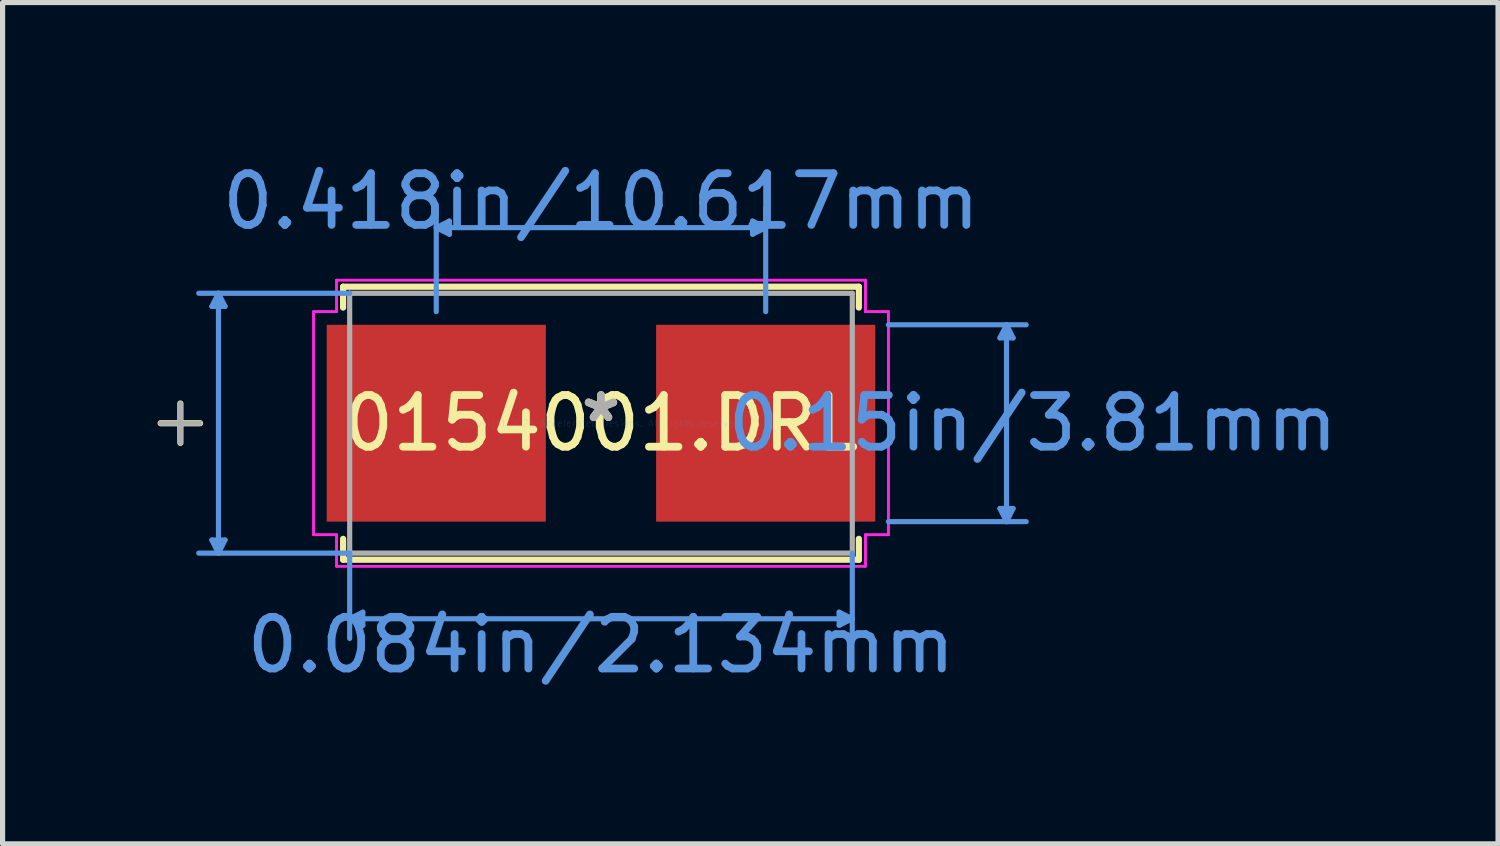
<source format=kicad_pcb>
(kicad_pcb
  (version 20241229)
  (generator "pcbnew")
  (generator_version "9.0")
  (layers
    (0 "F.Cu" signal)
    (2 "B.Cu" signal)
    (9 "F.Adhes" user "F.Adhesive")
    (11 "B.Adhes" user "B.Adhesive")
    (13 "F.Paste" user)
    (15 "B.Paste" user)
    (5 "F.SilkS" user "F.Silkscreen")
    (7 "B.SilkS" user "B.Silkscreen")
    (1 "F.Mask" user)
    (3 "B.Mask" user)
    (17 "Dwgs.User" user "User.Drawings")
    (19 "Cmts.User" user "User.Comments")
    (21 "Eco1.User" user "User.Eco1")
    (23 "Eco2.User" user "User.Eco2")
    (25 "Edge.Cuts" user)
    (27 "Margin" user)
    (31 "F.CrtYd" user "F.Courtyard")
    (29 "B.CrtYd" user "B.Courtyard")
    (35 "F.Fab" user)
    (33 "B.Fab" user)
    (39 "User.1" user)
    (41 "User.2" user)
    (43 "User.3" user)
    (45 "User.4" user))
  (footprint "0154001.DRL"
    (layer "F.Cu")
    (at 8.582 5.141)
    (property "Reference" "0154001.DRL" (at 0 0 0) (layer "F.SilkS") (effects (font (size 1 1) (thickness 0.15))))
    (attr through_hole)
    (fp_line (start -8.141 -0.381) (end -8.141 0.381) (stroke (width 0.12) (type solid)) (layer "F.SilkS"))
    (fp_line (start -7.76 0) (end -8.522 0) (stroke (width 0.12) (type solid)) (layer "F.SilkS"))
    (fp_line (start -4.991 -2.642) (end -4.991 -2.238) (stroke (width 0.12) (type solid)) (layer "F.SilkS"))
    (fp_line (start -4.991 2.238) (end -4.991 2.642) (stroke (width 0.12) (type solid)) (layer "F.SilkS"))
    (fp_line (start -4.991 2.642) (end 4.991 2.642) (stroke (width 0.12) (type solid)) (layer "F.SilkS"))
    (fp_line (start 4.991 -2.642) (end -4.991 -2.642) (stroke (width 0.12) (type solid)) (layer "F.SilkS"))
    (fp_line (start 4.991 -2.238) (end 4.991 -2.642) (stroke (width 0.12) (type solid)) (layer "F.SilkS"))
    (fp_line (start 4.991 2.642) (end 4.991 2.238) (stroke (width 0.12) (type solid)) (layer "F.SilkS"))
    (fp_line (start -7.531 -2.261) (end -7.277 -2.261) (stroke (width 0.1) (type solid)) (layer "Cmts.User"))
    (fp_line (start -7.531 2.261) (end -7.277 2.261) (stroke (width 0.1) (type solid)) (layer "Cmts.User"))
    (fp_line (start -7.404 -2.515) (end -7.531 -2.261) (stroke (width 0.1) (type solid)) (layer "Cmts.User"))
    (fp_line (start -7.404 -2.515) (end -7.404 2.515) (stroke (width 0.1) (type solid)) (layer "Cmts.User"))
    (fp_line (start -7.404 -2.515) (end -7.277 -2.261) (stroke (width 0.1) (type solid)) (layer "Cmts.User"))
    (fp_line (start -7.404 2.515) (end -7.531 2.261) (stroke (width 0.1) (type solid)) (layer "Cmts.User"))
    (fp_line (start -7.404 2.515) (end -7.277 2.261) (stroke (width 0.1) (type solid)) (layer "Cmts.User"))
    (fp_line (start -4.864 -2.515) (end -7.785 -2.515) (stroke (width 0.1) (type solid)) (layer "Cmts.User"))
    (fp_line (start -4.864 2.515) (end -7.785 2.515) (stroke (width 0.1) (type solid)) (layer "Cmts.User"))
    (fp_line (start -4.864 2.515) (end -4.864 4.166) (stroke (width 0.1) (type solid)) (layer "Cmts.User"))
    (fp_line (start -4.864 3.785) (end -4.61 3.658) (stroke (width 0.1) (type solid)) (layer "Cmts.User"))
    (fp_line (start -4.864 3.785) (end -4.61 3.912) (stroke (width 0.1) (type solid)) (layer "Cmts.User"))
    (fp_line (start -4.864 3.785) (end 4.864 3.785) (stroke (width 0.1) (type solid)) (layer "Cmts.User"))
    (fp_line (start -4.61 3.658) (end -4.61 3.912) (stroke (width 0.1) (type solid)) (layer "Cmts.User"))
    (fp_line (start -3.188 -3.785) (end -2.934 -3.912) (stroke (width 0.1) (type solid)) (layer "Cmts.User"))
    (fp_line (start -3.188 -3.785) (end -2.934 -3.658) (stroke (width 0.1) (type solid)) (layer "Cmts.User"))
    (fp_line (start -3.188 -3.785) (end 3.188 -3.785) (stroke (width 0.1) (type solid)) (layer "Cmts.User"))
    (fp_line (start -3.188 -2.159) (end -3.188 -4.166) (stroke (width 0.1) (type solid)) (layer "Cmts.User"))
    (fp_line (start -2.934 -3.912) (end -2.934 -3.658) (stroke (width 0.1) (type solid)) (layer "Cmts.User"))
    (fp_line (start 2.934 -3.912) (end 2.934 -3.658) (stroke (width 0.1) (type solid)) (layer "Cmts.User"))
    (fp_line (start 3.188 -3.785) (end 2.934 -3.912) (stroke (width 0.1) (type solid)) (layer "Cmts.User"))
    (fp_line (start 3.188 -3.785) (end 2.934 -3.658) (stroke (width 0.1) (type solid)) (layer "Cmts.User"))
    (fp_line (start 3.188 -2.159) (end 3.188 -4.166) (stroke (width 0.1) (type solid)) (layer "Cmts.User"))
    (fp_line (start 4.61 3.658) (end 4.61 3.912) (stroke (width 0.1) (type solid)) (layer "Cmts.User"))
    (fp_line (start 4.864 2.515) (end 4.864 4.166) (stroke (width 0.1) (type solid)) (layer "Cmts.User"))
    (fp_line (start 4.864 3.785) (end 4.61 3.658) (stroke (width 0.1) (type solid)) (layer "Cmts.User"))
    (fp_line (start 4.864 3.785) (end 4.61 3.912) (stroke (width 0.1) (type solid)) (layer "Cmts.User"))
    (fp_line (start 5.563 -1.905) (end 8.23 -1.905) (stroke (width 0.1) (type solid)) (layer "Cmts.User"))
    (fp_line (start 5.563 1.905) (end 8.23 1.905) (stroke (width 0.1) (type solid)) (layer "Cmts.User"))
    (fp_line (start 7.722 -1.651) (end 7.976 -1.651) (stroke (width 0.1) (type solid)) (layer "Cmts.User"))
    (fp_line (start 7.722 1.651) (end 7.976 1.651) (stroke (width 0.1) (type solid)) (layer "Cmts.User"))
    (fp_line (start 7.849 -1.905) (end 7.722 -1.651) (stroke (width 0.1) (type solid)) (layer "Cmts.User"))
    (fp_line (start 7.849 -1.905) (end 7.849 1.905) (stroke (width 0.1) (type solid)) (layer "Cmts.User"))
    (fp_line (start 7.849 -1.905) (end 7.976 -1.651) (stroke (width 0.1) (type solid)) (layer "Cmts.User"))
    (fp_line (start 7.849 1.905) (end 7.722 1.651) (stroke (width 0.1) (type solid)) (layer "Cmts.User"))
    (fp_line (start 7.849 1.905) (end 7.976 1.651) (stroke (width 0.1) (type solid)) (layer "Cmts.User"))
    (fp_line (start -5.563 -2.159) (end -5.118 -2.159) (stroke (width 0.05) (type solid)) (layer "F.CrtYd"))
    (fp_line (start -5.563 -2.159) (end -5.118 -2.159) (stroke (width 0.05) (type solid)) (layer "F.CrtYd"))
    (fp_line (start -5.563 2.159) (end -5.563 -2.159) (stroke (width 0.05) (type solid)) (layer "F.CrtYd"))
    (fp_line (start -5.563 2.159) (end -5.563 -2.159) (stroke (width 0.05) (type solid)) (layer "F.CrtYd"))
    (fp_line (start -5.118 -2.769) (end 5.118 -2.769) (stroke (width 0.05) (type solid)) (layer "F.CrtYd"))
    (fp_line (start -5.118 -2.769) (end 5.118 -2.769) (stroke (width 0.05) (type solid)) (layer "F.CrtYd"))
    (fp_line (start -5.118 -2.159) (end -5.118 -2.769) (stroke (width 0.05) (type solid)) (layer "F.CrtYd"))
    (fp_line (start -5.118 -2.159) (end -5.118 -2.769) (stroke (width 0.05) (type solid)) (layer "F.CrtYd"))
    (fp_line (start -5.118 2.159) (end -5.563 2.159) (stroke (width 0.05) (type solid)) (layer "F.CrtYd"))
    (fp_line (start -5.118 2.159) (end -5.563 2.159) (stroke (width 0.05) (type solid)) (layer "F.CrtYd"))
    (fp_line (start -5.118 2.769) (end -5.118 2.159) (stroke (width 0.05) (type solid)) (layer "F.CrtYd"))
    (fp_line (start -5.118 2.769) (end -5.118 2.159) (stroke (width 0.05) (type solid)) (layer "F.CrtYd"))
    (fp_line (start 5.118 -2.769) (end 5.118 -2.159) (stroke (width 0.05) (type solid)) (layer "F.CrtYd"))
    (fp_line (start 5.118 -2.769) (end 5.118 -2.159) (stroke (width 0.05) (type solid)) (layer "F.CrtYd"))
    (fp_line (start 5.118 -2.159) (end 5.563 -2.159) (stroke (width 0.05) (type solid)) (layer "F.CrtYd"))
    (fp_line (start 5.118 -2.159) (end 5.563 -2.159) (stroke (width 0.05) (type solid)) (layer "F.CrtYd"))
    (fp_line (start 5.118 2.159) (end 5.118 2.769) (stroke (width 0.05) (type solid)) (layer "F.CrtYd"))
    (fp_line (start 5.118 2.159) (end 5.118 2.769) (stroke (width 0.05) (type solid)) (layer "F.CrtYd"))
    (fp_line (start 5.118 2.769) (end -5.118 2.769) (stroke (width 0.05) (type solid)) (layer "F.CrtYd"))
    (fp_line (start 5.118 2.769) (end -5.118 2.769) (stroke (width 0.05) (type solid)) (layer "F.CrtYd"))
    (fp_line (start 5.563 -2.159) (end 5.563 2.159) (stroke (width 0.05) (type solid)) (layer "F.CrtYd"))
    (fp_line (start 5.563 -2.159) (end 5.563 2.159) (stroke (width 0.05) (type solid)) (layer "F.CrtYd"))
    (fp_line (start 5.563 2.159) (end 5.118 2.159) (stroke (width 0.05) (type solid)) (layer "F.CrtYd"))
    (fp_line (start 5.563 2.159) (end 5.118 2.159) (stroke (width 0.05) (type solid)) (layer "F.CrtYd"))
    (fp_line (start -8.141 -0.381) (end -8.141 0.381) (stroke (width 0.1) (type solid)) (layer "F.Fab"))
    (fp_line (start -7.76 0) (end -8.522 0) (stroke (width 0.1) (type solid)) (layer "F.Fab"))
    (fp_line (start -4.864 -2.515) (end -4.864 2.515) (stroke (width 0.1) (type solid)) (layer "F.Fab"))
    (fp_line (start -4.864 2.515) (end 4.864 2.515) (stroke (width 0.1) (type solid)) (layer "F.Fab"))
    (fp_line (start 4.864 -2.515) (end -4.864 -2.515) (stroke (width 0.1) (type solid)) (layer "F.Fab"))
    (fp_line (start 4.864 2.515) (end 4.864 -2.515) (stroke (width 0.1) (type solid)) (layer "F.Fab"))
    (fp_text user "*" (at 0 0 0) (layer "F.SilkS") (effects (font (size 1 1) (thickness 0.15))))
    (fp_text user "0.15in/3.81mm" (at 8.357 0 0) (layer "Cmts.User") (effects (font (size 1 1) (thickness 0.15))))
    (fp_text user "0.084in/2.134mm" (at 0 4.293 0) (layer "Cmts.User") (effects (font (size 1 1) (thickness 0.15))))
    (fp_text user "0.418in/10.617mm" (at 0 -4.293 0) (layer "Cmts.User") (effects (font (size 1 1) (thickness 0.15))))
    (fp_text user "Copyright 2021 Accelerated Designs. All rights reserved." (at 0 0 0) (layer "Cmts.User") (effects (font (size 0.127 0.127) (thickness 0.002))))
    (fp_text user "*" (at 0 0 0) (layer "F.Fab") (effects (font (size 1 1) (thickness 0.15))))
    (pad "1" smd rect (at -3.188 0) (size 4.242 3.81) (layers "F.Cu" "F.Mask" "F.Paste"))
    (pad "2" smd rect (at 3.188 0) (size 4.242 3.81) (layers "F.Cu" "F.Mask" "F.Paste")))
  (gr_rect
    (start -3 -3)
    (end 25.944 13.282)
    (stroke (width 0.1) (type default))
    (fill no)
    (layer "Edge.Cuts")))
</source>
